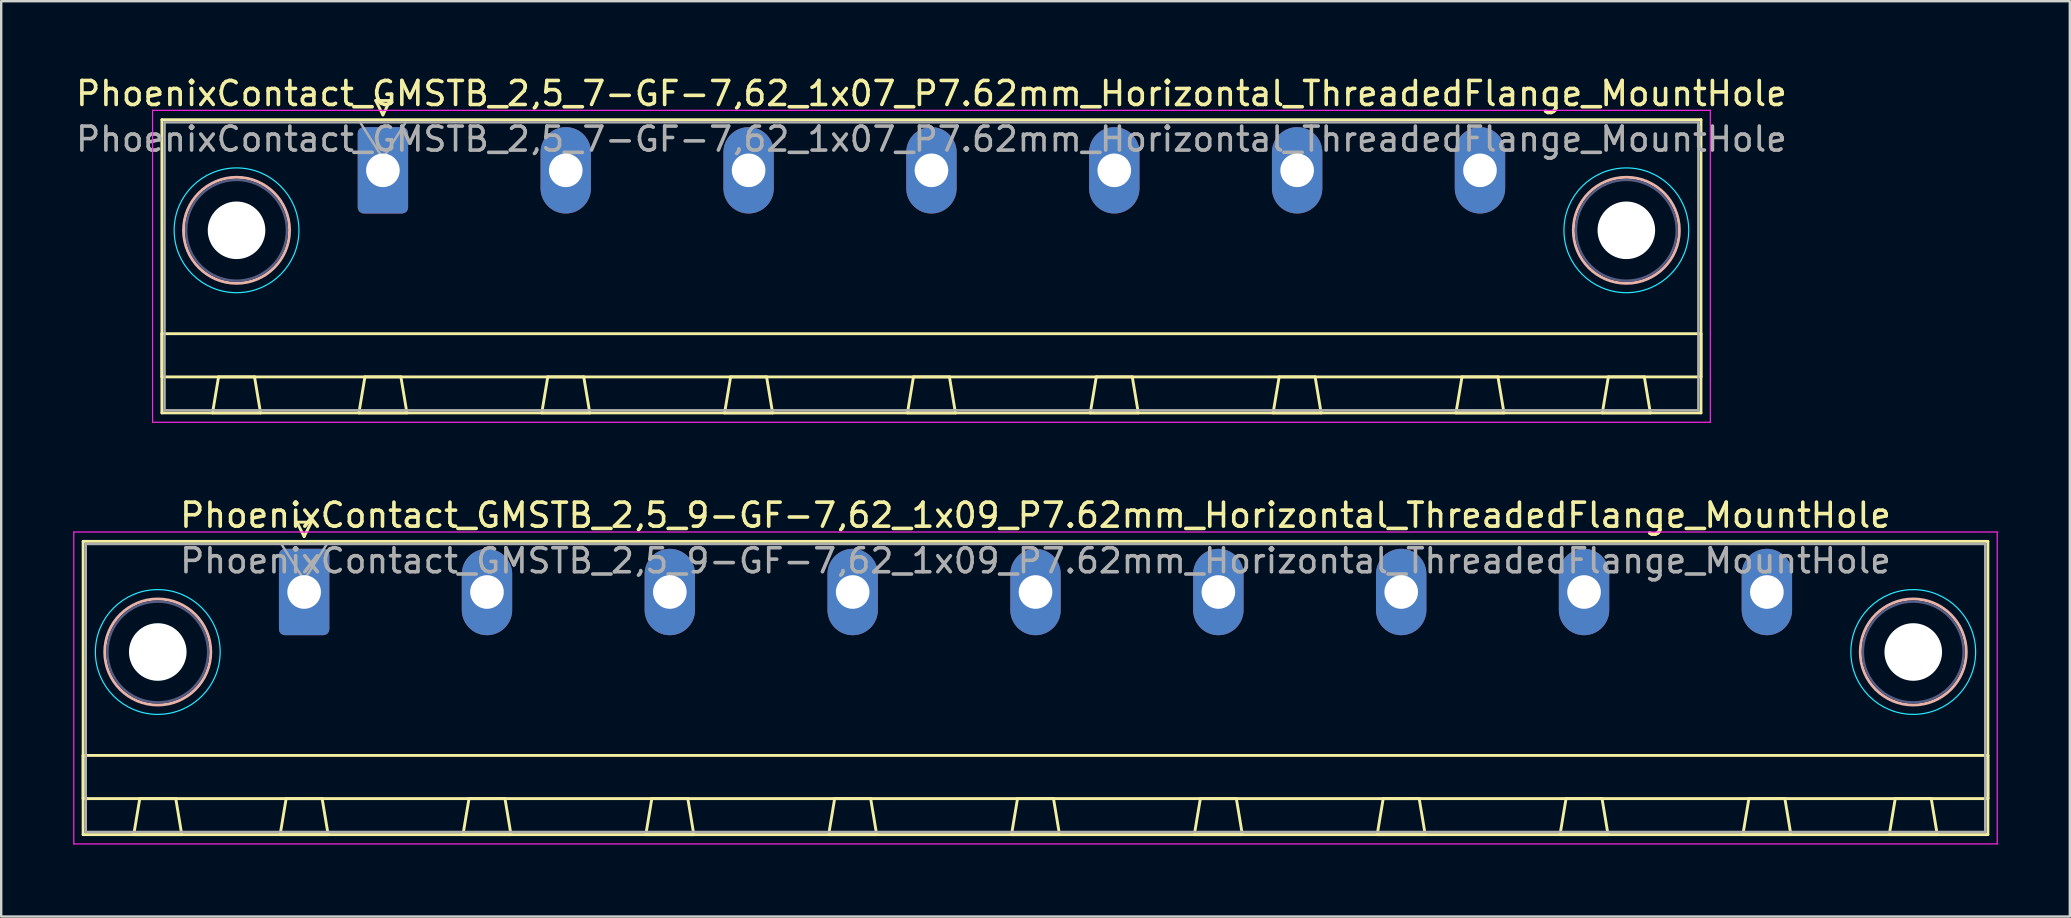
<source format=kicad_pcb>
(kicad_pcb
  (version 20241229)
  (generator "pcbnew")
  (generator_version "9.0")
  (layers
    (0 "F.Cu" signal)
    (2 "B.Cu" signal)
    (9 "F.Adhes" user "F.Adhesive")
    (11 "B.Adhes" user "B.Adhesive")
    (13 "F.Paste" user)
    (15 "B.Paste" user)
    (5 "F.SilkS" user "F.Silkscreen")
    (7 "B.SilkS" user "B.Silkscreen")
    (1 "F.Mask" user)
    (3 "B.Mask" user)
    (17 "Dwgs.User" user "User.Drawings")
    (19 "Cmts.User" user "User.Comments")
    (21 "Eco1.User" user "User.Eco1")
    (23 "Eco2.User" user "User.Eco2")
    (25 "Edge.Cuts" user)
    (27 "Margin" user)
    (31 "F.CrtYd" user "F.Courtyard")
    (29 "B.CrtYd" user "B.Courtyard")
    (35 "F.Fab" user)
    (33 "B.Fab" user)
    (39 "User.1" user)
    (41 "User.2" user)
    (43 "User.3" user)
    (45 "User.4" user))
  (footprint "PhoenixContact_GMSTB_2,5_9-GF-7,62_1x09_P7.62mm_Horizontal_ThreadedFlange_MountHole"
    (layer "F.Cu")
    (at 9.625 21.622)
    (property "Reference" "PhoenixContact_GMSTB_2,5_9-GF-7,62_1x09_P7.62mm_Horizontal_ThreadedFlange_MountHole" (at 30.48 -3.2 0) (layer "F.SilkS") (effects (font (size 1 1) (thickness 0.15))))
    (attr through_hole)
    (fp_line (start -9.21 -2.11) (end -9.21 10.11) (stroke (width 0.12) (type solid)) (layer "F.SilkS"))
    (fp_line (start -9.21 6.81) (end 70.17 6.81) (stroke (width 0.12) (type solid)) (layer "F.SilkS"))
    (fp_line (start -9.21 8.61) (end -9.21 6.81) (stroke (width 0.12) (type solid)) (layer "F.SilkS"))
    (fp_line (start -9.21 10.11) (end 70.17 10.11) (stroke (width 0.12) (type solid)) (layer "F.SilkS"))
    (fp_line (start -7.1 10.11) (end -5.1 10.11) (stroke (width 0.12) (type solid)) (layer "F.SilkS"))
    (fp_line (start -6.85 8.61) (end -7.1 10.11) (stroke (width 0.12) (type solid)) (layer "F.SilkS"))
    (fp_line (start -5.35 8.61) (end -6.85 8.61) (stroke (width 0.12) (type solid)) (layer "F.SilkS"))
    (fp_line (start -5.1 10.11) (end -5.35 8.61) (stroke (width 0.12) (type solid)) (layer "F.SilkS"))
    (fp_line (start -1 10.11) (end 1 10.11) (stroke (width 0.12) (type solid)) (layer "F.SilkS"))
    (fp_line (start -0.75 8.61) (end -1 10.11) (stroke (width 0.12) (type solid)) (layer "F.SilkS"))
    (fp_line (start -0.3 -2.91) (end 0.3 -2.91) (stroke (width 0.12) (type solid)) (layer "F.SilkS"))
    (fp_line (start 0 -2.31) (end -0.3 -2.91) (stroke (width 0.12) (type solid)) (layer "F.SilkS"))
    (fp_line (start 0.3 -2.91) (end 0 -2.31) (stroke (width 0.12) (type solid)) (layer "F.SilkS"))
    (fp_line (start 0.75 8.61) (end -0.75 8.61) (stroke (width 0.12) (type solid)) (layer "F.SilkS"))
    (fp_line (start 1 10.11) (end 0.75 8.61) (stroke (width 0.12) (type solid)) (layer "F.SilkS"))
    (fp_line (start 6.62 10.11) (end 8.62 10.11) (stroke (width 0.12) (type solid)) (layer "F.SilkS"))
    (fp_line (start 6.87 8.61) (end 6.62 10.11) (stroke (width 0.12) (type solid)) (layer "F.SilkS"))
    (fp_line (start 8.37 8.61) (end 6.87 8.61) (stroke (width 0.12) (type solid)) (layer "F.SilkS"))
    (fp_line (start 8.62 10.11) (end 8.37 8.61) (stroke (width 0.12) (type solid)) (layer "F.SilkS"))
    (fp_line (start 14.24 10.11) (end 16.24 10.11) (stroke (width 0.12) (type solid)) (layer "F.SilkS"))
    (fp_line (start 14.49 8.61) (end 14.24 10.11) (stroke (width 0.12) (type solid)) (layer "F.SilkS"))
    (fp_line (start 15.99 8.61) (end 14.49 8.61) (stroke (width 0.12) (type solid)) (layer "F.SilkS"))
    (fp_line (start 16.24 10.11) (end 15.99 8.61) (stroke (width 0.12) (type solid)) (layer "F.SilkS"))
    (fp_line (start 21.86 10.11) (end 23.86 10.11) (stroke (width 0.12) (type solid)) (layer "F.SilkS"))
    (fp_line (start 22.11 8.61) (end 21.86 10.11) (stroke (width 0.12) (type solid)) (layer "F.SilkS"))
    (fp_line (start 23.61 8.61) (end 22.11 8.61) (stroke (width 0.12) (type solid)) (layer "F.SilkS"))
    (fp_line (start 23.86 10.11) (end 23.61 8.61) (stroke (width 0.12) (type solid)) (layer "F.SilkS"))
    (fp_line (start 29.48 10.11) (end 31.48 10.11) (stroke (width 0.12) (type solid)) (layer "F.SilkS"))
    (fp_line (start 29.73 8.61) (end 29.48 10.11) (stroke (width 0.12) (type solid)) (layer "F.SilkS"))
    (fp_line (start 31.23 8.61) (end 29.73 8.61) (stroke (width 0.12) (type solid)) (layer "F.SilkS"))
    (fp_line (start 31.48 10.11) (end 31.23 8.61) (stroke (width 0.12) (type solid)) (layer "F.SilkS"))
    (fp_line (start 37.1 10.11) (end 39.1 10.11) (stroke (width 0.12) (type solid)) (layer "F.SilkS"))
    (fp_line (start 37.35 8.61) (end 37.1 10.11) (stroke (width 0.12) (type solid)) (layer "F.SilkS"))
    (fp_line (start 38.85 8.61) (end 37.35 8.61) (stroke (width 0.12) (type solid)) (layer "F.SilkS"))
    (fp_line (start 39.1 10.11) (end 38.85 8.61) (stroke (width 0.12) (type solid)) (layer "F.SilkS"))
    (fp_line (start 44.72 10.11) (end 46.72 10.11) (stroke (width 0.12) (type solid)) (layer "F.SilkS"))
    (fp_line (start 44.97 8.61) (end 44.72 10.11) (stroke (width 0.12) (type solid)) (layer "F.SilkS"))
    (fp_line (start 46.47 8.61) (end 44.97 8.61) (stroke (width 0.12) (type solid)) (layer "F.SilkS"))
    (fp_line (start 46.72 10.11) (end 46.47 8.61) (stroke (width 0.12) (type solid)) (layer "F.SilkS"))
    (fp_line (start 52.34 10.11) (end 54.34 10.11) (stroke (width 0.12) (type solid)) (layer "F.SilkS"))
    (fp_line (start 52.59 8.61) (end 52.34 10.11) (stroke (width 0.12) (type solid)) (layer "F.SilkS"))
    (fp_line (start 54.09 8.61) (end 52.59 8.61) (stroke (width 0.12) (type solid)) (layer "F.SilkS"))
    (fp_line (start 54.34 10.11) (end 54.09 8.61) (stroke (width 0.12) (type solid)) (layer "F.SilkS"))
    (fp_line (start 59.96 10.11) (end 61.96 10.11) (stroke (width 0.12) (type solid)) (layer "F.SilkS"))
    (fp_line (start 60.21 8.61) (end 59.96 10.11) (stroke (width 0.12) (type solid)) (layer "F.SilkS"))
    (fp_line (start 61.71 8.61) (end 60.21 8.61) (stroke (width 0.12) (type solid)) (layer "F.SilkS"))
    (fp_line (start 61.96 10.11) (end 61.71 8.61) (stroke (width 0.12) (type solid)) (layer "F.SilkS"))
    (fp_line (start 66.06 10.11) (end 68.06 10.11) (stroke (width 0.12) (type solid)) (layer "F.SilkS"))
    (fp_line (start 66.31 8.61) (end 66.06 10.11) (stroke (width 0.12) (type solid)) (layer "F.SilkS"))
    (fp_line (start 67.81 8.61) (end 66.31 8.61) (stroke (width 0.12) (type solid)) (layer "F.SilkS"))
    (fp_line (start 68.06 10.11) (end 67.81 8.61) (stroke (width 0.12) (type solid)) (layer "F.SilkS"))
    (fp_line (start 70.17 -2.11) (end -9.21 -2.11) (stroke (width 0.12) (type solid)) (layer "F.SilkS"))
    (fp_line (start 70.17 6.81) (end 70.17 8.61) (stroke (width 0.12) (type solid)) (layer "F.SilkS"))
    (fp_line (start 70.17 8.61) (end -9.21 8.61) (stroke (width 0.12) (type solid)) (layer "F.SilkS"))
    (fp_line (start 70.17 10.11) (end 70.17 -2.11) (stroke (width 0.12) (type solid)) (layer "F.SilkS"))
    (fp_circle (center -6.1 2.5) (end -3.89 2.5) (stroke (width 0.12) (type solid)) (fill no) (layer "B.SilkS"))
    (fp_circle (center 67.06 2.5) (end 69.27 2.5) (stroke (width 0.12) (type solid)) (fill no) (layer "B.SilkS"))
    (fp_circle (center -6.1 2.5) (end -3.5 2.5) (stroke (width 0.05) (type solid)) (fill no) (layer "B.CrtYd"))
    (fp_circle (center 67.06 2.5) (end 69.66 2.5) (stroke (width 0.05) (type solid)) (fill no) (layer "B.CrtYd"))
    (fp_line (start -9.6 -2.5) (end -9.6 10.5) (stroke (width 0.05) (type solid)) (layer "F.CrtYd"))
    (fp_line (start -9.6 10.5) (end 70.56 10.5) (stroke (width 0.05) (type solid)) (layer "F.CrtYd"))
    (fp_line (start 70.56 -2.5) (end -9.6 -2.5) (stroke (width 0.05) (type solid)) (layer "F.CrtYd"))
    (fp_line (start 70.56 10.5) (end 70.56 -2.5) (stroke (width 0.05) (type solid)) (layer "F.CrtYd"))
    (fp_circle (center -6.1 2.5) (end -4 2.5) (stroke (width 0.1) (type solid)) (fill no) (layer "B.Fab"))
    (fp_circle (center 67.06 2.5) (end 69.16 2.5) (stroke (width 0.1) (type solid)) (fill no) (layer "B.Fab"))
    (fp_line (start -9.1 -2) (end -9.1 10) (stroke (width 0.1) (type solid)) (layer "F.Fab"))
    (fp_line (start -9.1 10) (end 70.06 10) (stroke (width 0.1) (type solid)) (layer "F.Fab"))
    (fp_line (start 0 -0.5) (end -0.95 -2) (stroke (width 0.1) (type solid)) (layer "F.Fab"))
    (fp_line (start 0.95 -2) (end 0 -0.5) (stroke (width 0.1) (type solid)) (layer "F.Fab"))
    (fp_line (start 70.06 -2) (end -9.1 -2) (stroke (width 0.1) (type solid)) (layer "F.Fab"))
    (fp_line (start 70.06 10) (end 70.06 -2) (stroke (width 0.1) (type solid)) (layer "F.Fab"))
    (fp_text user "${REFERENCE}" (at 30.48 -1.3 0) (layer "F.Fab") (effects (font (size 1 1) (thickness 0.15))))
    (pad "" np_thru_hole circle (at -6.1 2.5) (size 2.4 2.4) (drill 2.4) (layers "*.Cu" "*.Mask"))
    (pad "" np_thru_hole circle (at 67.06 2.5) (size 2.4 2.4) (drill 2.4) (layers "*.Cu" "*.Mask"))
    (pad "1" thru_hole roundrect (at 0 0) (size 2.1 3.6) (drill 1.4) (layers "*.Cu" "*.Mask") (roundrect_rratio 0.119))
    (pad "2" thru_hole oval (at 7.62 0) (size 2.1 3.6) (drill 1.4) (layers "*.Cu" "*.Mask"))
    (pad "3" thru_hole oval (at 15.24 0) (size 2.1 3.6) (drill 1.4) (layers "*.Cu" "*.Mask"))
    (pad "4" thru_hole oval (at 22.86 0) (size 2.1 3.6) (drill 1.4) (layers "*.Cu" "*.Mask"))
    (pad "5" thru_hole oval (at 30.48 0) (size 2.1 3.6) (drill 1.4) (layers "*.Cu" "*.Mask"))
    (pad "6" thru_hole oval (at 38.1 0) (size 2.1 3.6) (drill 1.4) (layers "*.Cu" "*.Mask"))
    (pad "7" thru_hole oval (at 45.72 0) (size 2.1 3.6) (drill 1.4) (layers "*.Cu" "*.Mask"))
    (pad "8" thru_hole oval (at 53.34 0) (size 2.1 3.6) (drill 1.4) (layers "*.Cu" "*.Mask"))
    (pad "9" thru_hole oval (at 60.96 0) (size 2.1 3.6) (drill 1.4) (layers "*.Cu" "*.Mask")))
  (footprint "PhoenixContact_GMSTB_2,5_7-GF-7,62_1x07_P7.62mm_Horizontal_ThreadedFlange_MountHole"
    (layer "F.Cu")
    (at 12.908 4.048)
    (property "Reference" "PhoenixContact_GMSTB_2,5_7-GF-7,62_1x07_P7.62mm_Horizontal_ThreadedFlange_MountHole" (at 22.86 -3.2 0) (layer "F.SilkS") (effects (font (size 1 1) (thickness 0.15))))
    (attr through_hole)
    (fp_line (start -9.21 -2.11) (end -9.21 10.11) (stroke (width 0.12) (type solid)) (layer "F.SilkS"))
    (fp_line (start -9.21 6.81) (end 54.93 6.81) (stroke (width 0.12) (type solid)) (layer "F.SilkS"))
    (fp_line (start -9.21 8.61) (end -9.21 6.81) (stroke (width 0.12) (type solid)) (layer "F.SilkS"))
    (fp_line (start -9.21 10.11) (end 54.93 10.11) (stroke (width 0.12) (type solid)) (layer "F.SilkS"))
    (fp_line (start -7.1 10.11) (end -5.1 10.11) (stroke (width 0.12) (type solid)) (layer "F.SilkS"))
    (fp_line (start -6.85 8.61) (end -7.1 10.11) (stroke (width 0.12) (type solid)) (layer "F.SilkS"))
    (fp_line (start -5.35 8.61) (end -6.85 8.61) (stroke (width 0.12) (type solid)) (layer "F.SilkS"))
    (fp_line (start -5.1 10.11) (end -5.35 8.61) (stroke (width 0.12) (type solid)) (layer "F.SilkS"))
    (fp_line (start -1 10.11) (end 1 10.11) (stroke (width 0.12) (type solid)) (layer "F.SilkS"))
    (fp_line (start -0.75 8.61) (end -1 10.11) (stroke (width 0.12) (type solid)) (layer "F.SilkS"))
    (fp_line (start -0.3 -2.91) (end 0.3 -2.91) (stroke (width 0.12) (type solid)) (layer "F.SilkS"))
    (fp_line (start 0 -2.31) (end -0.3 -2.91) (stroke (width 0.12) (type solid)) (layer "F.SilkS"))
    (fp_line (start 0.3 -2.91) (end 0 -2.31) (stroke (width 0.12) (type solid)) (layer "F.SilkS"))
    (fp_line (start 0.75 8.61) (end -0.75 8.61) (stroke (width 0.12) (type solid)) (layer "F.SilkS"))
    (fp_line (start 1 10.11) (end 0.75 8.61) (stroke (width 0.12) (type solid)) (layer "F.SilkS"))
    (fp_line (start 6.62 10.11) (end 8.62 10.11) (stroke (width 0.12) (type solid)) (layer "F.SilkS"))
    (fp_line (start 6.87 8.61) (end 6.62 10.11) (stroke (width 0.12) (type solid)) (layer "F.SilkS"))
    (fp_line (start 8.37 8.61) (end 6.87 8.61) (stroke (width 0.12) (type solid)) (layer "F.SilkS"))
    (fp_line (start 8.62 10.11) (end 8.37 8.61) (stroke (width 0.12) (type solid)) (layer "F.SilkS"))
    (fp_line (start 14.24 10.11) (end 16.24 10.11) (stroke (width 0.12) (type solid)) (layer "F.SilkS"))
    (fp_line (start 14.49 8.61) (end 14.24 10.11) (stroke (width 0.12) (type solid)) (layer "F.SilkS"))
    (fp_line (start 15.99 8.61) (end 14.49 8.61) (stroke (width 0.12) (type solid)) (layer "F.SilkS"))
    (fp_line (start 16.24 10.11) (end 15.99 8.61) (stroke (width 0.12) (type solid)) (layer "F.SilkS"))
    (fp_line (start 21.86 10.11) (end 23.86 10.11) (stroke (width 0.12) (type solid)) (layer "F.SilkS"))
    (fp_line (start 22.11 8.61) (end 21.86 10.11) (stroke (width 0.12) (type solid)) (layer "F.SilkS"))
    (fp_line (start 23.61 8.61) (end 22.11 8.61) (stroke (width 0.12) (type solid)) (layer "F.SilkS"))
    (fp_line (start 23.86 10.11) (end 23.61 8.61) (stroke (width 0.12) (type solid)) (layer "F.SilkS"))
    (fp_line (start 29.48 10.11) (end 31.48 10.11) (stroke (width 0.12) (type solid)) (layer "F.SilkS"))
    (fp_line (start 29.73 8.61) (end 29.48 10.11) (stroke (width 0.12) (type solid)) (layer "F.SilkS"))
    (fp_line (start 31.23 8.61) (end 29.73 8.61) (stroke (width 0.12) (type solid)) (layer "F.SilkS"))
    (fp_line (start 31.48 10.11) (end 31.23 8.61) (stroke (width 0.12) (type solid)) (layer "F.SilkS"))
    (fp_line (start 37.1 10.11) (end 39.1 10.11) (stroke (width 0.12) (type solid)) (layer "F.SilkS"))
    (fp_line (start 37.35 8.61) (end 37.1 10.11) (stroke (width 0.12) (type solid)) (layer "F.SilkS"))
    (fp_line (start 38.85 8.61) (end 37.35 8.61) (stroke (width 0.12) (type solid)) (layer "F.SilkS"))
    (fp_line (start 39.1 10.11) (end 38.85 8.61) (stroke (width 0.12) (type solid)) (layer "F.SilkS"))
    (fp_line (start 44.72 10.11) (end 46.72 10.11) (stroke (width 0.12) (type solid)) (layer "F.SilkS"))
    (fp_line (start 44.97 8.61) (end 44.72 10.11) (stroke (width 0.12) (type solid)) (layer "F.SilkS"))
    (fp_line (start 46.47 8.61) (end 44.97 8.61) (stroke (width 0.12) (type solid)) (layer "F.SilkS"))
    (fp_line (start 46.72 10.11) (end 46.47 8.61) (stroke (width 0.12) (type solid)) (layer "F.SilkS"))
    (fp_line (start 50.82 10.11) (end 52.82 10.11) (stroke (width 0.12) (type solid)) (layer "F.SilkS"))
    (fp_line (start 51.07 8.61) (end 50.82 10.11) (stroke (width 0.12) (type solid)) (layer "F.SilkS"))
    (fp_line (start 52.57 8.61) (end 51.07 8.61) (stroke (width 0.12) (type solid)) (layer "F.SilkS"))
    (fp_line (start 52.82 10.11) (end 52.57 8.61) (stroke (width 0.12) (type solid)) (layer "F.SilkS"))
    (fp_line (start 54.93 -2.11) (end -9.21 -2.11) (stroke (width 0.12) (type solid)) (layer "F.SilkS"))
    (fp_line (start 54.93 6.81) (end 54.93 8.61) (stroke (width 0.12) (type solid)) (layer "F.SilkS"))
    (fp_line (start 54.93 8.61) (end -9.21 8.61) (stroke (width 0.12) (type solid)) (layer "F.SilkS"))
    (fp_line (start 54.93 10.11) (end 54.93 -2.11) (stroke (width 0.12) (type solid)) (layer "F.SilkS"))
    (fp_circle (center -6.1 2.5) (end -3.89 2.5) (stroke (width 0.12) (type solid)) (fill no) (layer "B.SilkS"))
    (fp_circle (center 51.82 2.5) (end 54.03 2.5) (stroke (width 0.12) (type solid)) (fill no) (layer "B.SilkS"))
    (fp_circle (center -6.1 2.5) (end -3.5 2.5) (stroke (width 0.05) (type solid)) (fill no) (layer "B.CrtYd"))
    (fp_circle (center 51.82 2.5) (end 54.42 2.5) (stroke (width 0.05) (type solid)) (fill no) (layer "B.CrtYd"))
    (fp_line (start -9.6 -2.5) (end -9.6 10.5) (stroke (width 0.05) (type solid)) (layer "F.CrtYd"))
    (fp_line (start -9.6 10.5) (end 55.32 10.5) (stroke (width 0.05) (type solid)) (layer "F.CrtYd"))
    (fp_line (start 55.32 -2.5) (end -9.6 -2.5) (stroke (width 0.05) (type solid)) (layer "F.CrtYd"))
    (fp_line (start 55.32 10.5) (end 55.32 -2.5) (stroke (width 0.05) (type solid)) (layer "F.CrtYd"))
    (fp_circle (center -6.1 2.5) (end -4 2.5) (stroke (width 0.1) (type solid)) (fill no) (layer "B.Fab"))
    (fp_circle (center 51.82 2.5) (end 53.92 2.5) (stroke (width 0.1) (type solid)) (fill no) (layer "B.Fab"))
    (fp_line (start -9.1 -2) (end -9.1 10) (stroke (width 0.1) (type solid)) (layer "F.Fab"))
    (fp_line (start -9.1 10) (end 54.82 10) (stroke (width 0.1) (type solid)) (layer "F.Fab"))
    (fp_line (start 0 -0.5) (end -0.95 -2) (stroke (width 0.1) (type solid)) (layer "F.Fab"))
    (fp_line (start 0.95 -2) (end 0 -0.5) (stroke (width 0.1) (type solid)) (layer "F.Fab"))
    (fp_line (start 54.82 -2) (end -9.1 -2) (stroke (width 0.1) (type solid)) (layer "F.Fab"))
    (fp_line (start 54.82 10) (end 54.82 -2) (stroke (width 0.1) (type solid)) (layer "F.Fab"))
    (fp_text user "${REFERENCE}" (at 22.86 -1.3 0) (layer "F.Fab") (effects (font (size 1 1) (thickness 0.15))))
    (pad "" np_thru_hole circle (at -6.1 2.5) (size 2.4 2.4) (drill 2.4) (layers "*.Cu" "*.Mask"))
    (pad "" np_thru_hole circle (at 51.82 2.5) (size 2.4 2.4) (drill 2.4) (layers "*.Cu" "*.Mask"))
    (pad "1" thru_hole roundrect (at 0 0) (size 2.1 3.6) (drill 1.4) (layers "*.Cu" "*.Mask") (roundrect_rratio 0.119))
    (pad "2" thru_hole oval (at 7.62 0) (size 2.1 3.6) (drill 1.4) (layers "*.Cu" "*.Mask"))
    (pad "3" thru_hole oval (at 15.24 0) (size 2.1 3.6) (drill 1.4) (layers "*.Cu" "*.Mask"))
    (pad "4" thru_hole oval (at 22.86 0) (size 2.1 3.6) (drill 1.4) (layers "*.Cu" "*.Mask"))
    (pad "5" thru_hole oval (at 30.48 0) (size 2.1 3.6) (drill 1.4) (layers "*.Cu" "*.Mask"))
    (pad "6" thru_hole oval (at 38.1 0) (size 2.1 3.6) (drill 1.4) (layers "*.Cu" "*.Mask"))
    (pad "7" thru_hole oval (at 45.72 0) (size 2.1 3.6) (drill 1.4) (layers "*.Cu" "*.Mask")))
  (gr_rect
    (start -3 -3)
    (end 83.21 35.147)
    (stroke (width 0.1) (type default))
    (fill no)
    (layer "Edge.Cuts")))
</source>
